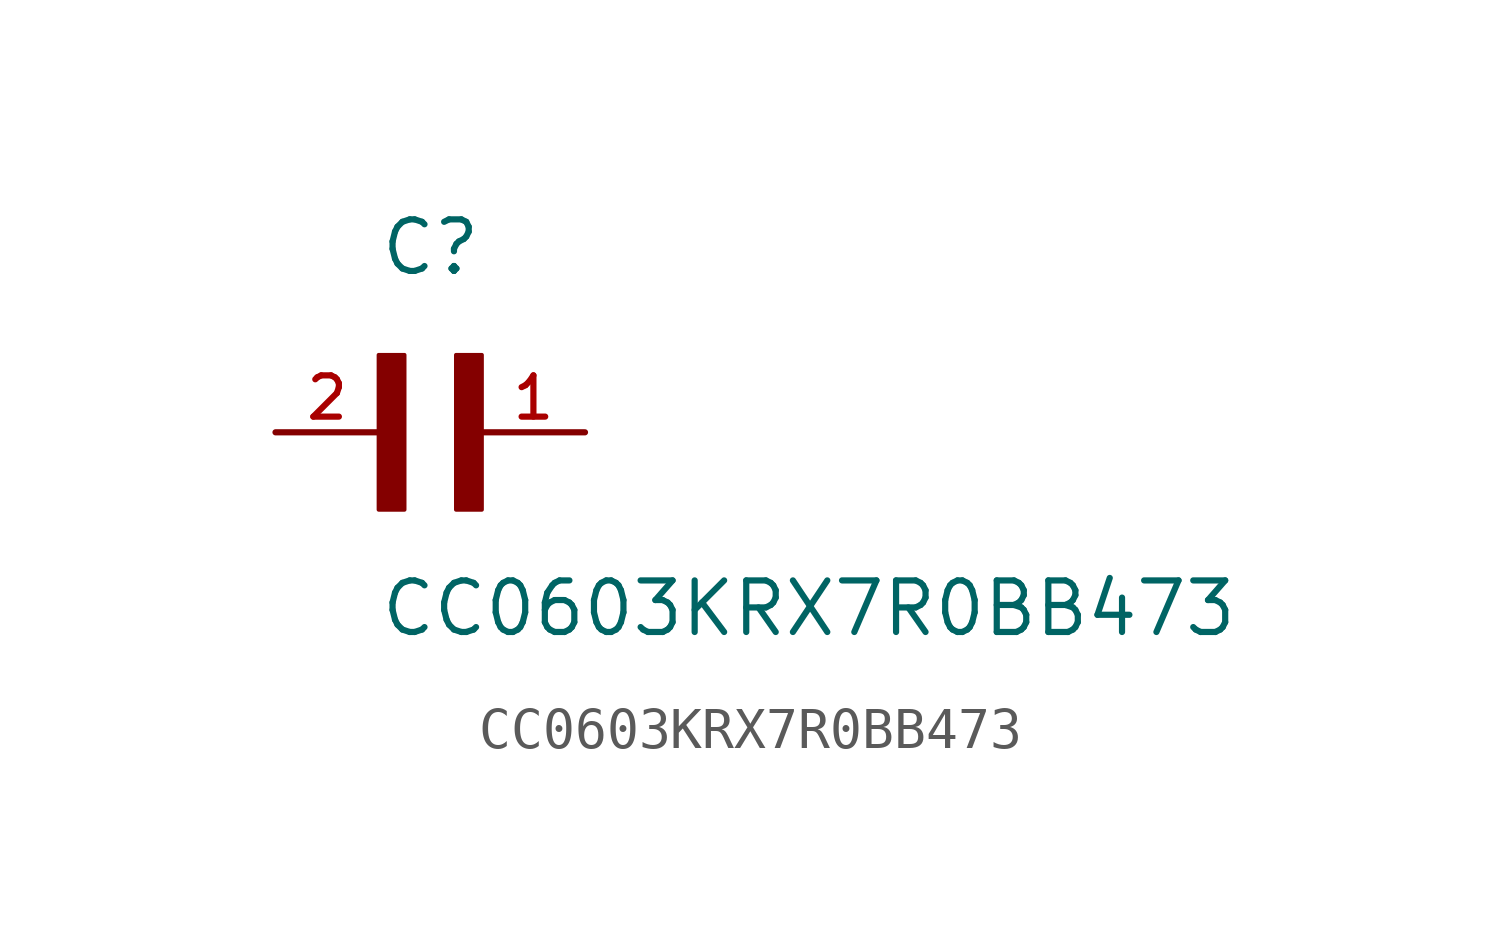
<source format=kicad_sym>
(kicad_symbol_lib
  (version 20211014)
  (generator kicad_symbol_editor)
  (symbol "CC0603KRX7R0BB473"
    (pin_names
      (offset 1.016))
    (property "Reference" "C"
      (at 0.0 3.81 0)
      (effects (font (size 1.27 1.27)) (justify bottom left)))
    (property "Value" "CC0603KRX7R0BB473"
      (at 0.0 -5.08 0)
      (effects (font (size 1.27 1.27)) (justify bottom left)))
    (symbol "CC0603KRX7R0BB473_0_0"
      (rectangle (start 0.0 -1.905) (end 0.635 1.905) (stroke (width 0.1)) (fill (type outline)))
      (rectangle (start 1.905 -1.905) (end 2.54 1.905) (stroke (width 0.1)) (fill (type outline)))
      (pin passive line (at 5.08 0.0 180.0) (length 2.54) (name "~" (effects (font (size 1.016 1.016)))) (number "1" (effects (font (size 1.016 1.016)))))
      (pin passive line (at -2.54 0.0 0) (length 2.54) (name "~" (effects (font (size 1.016 1.016)))) (number "2" (effects (font (size 1.016 1.016))))))))
</source>
